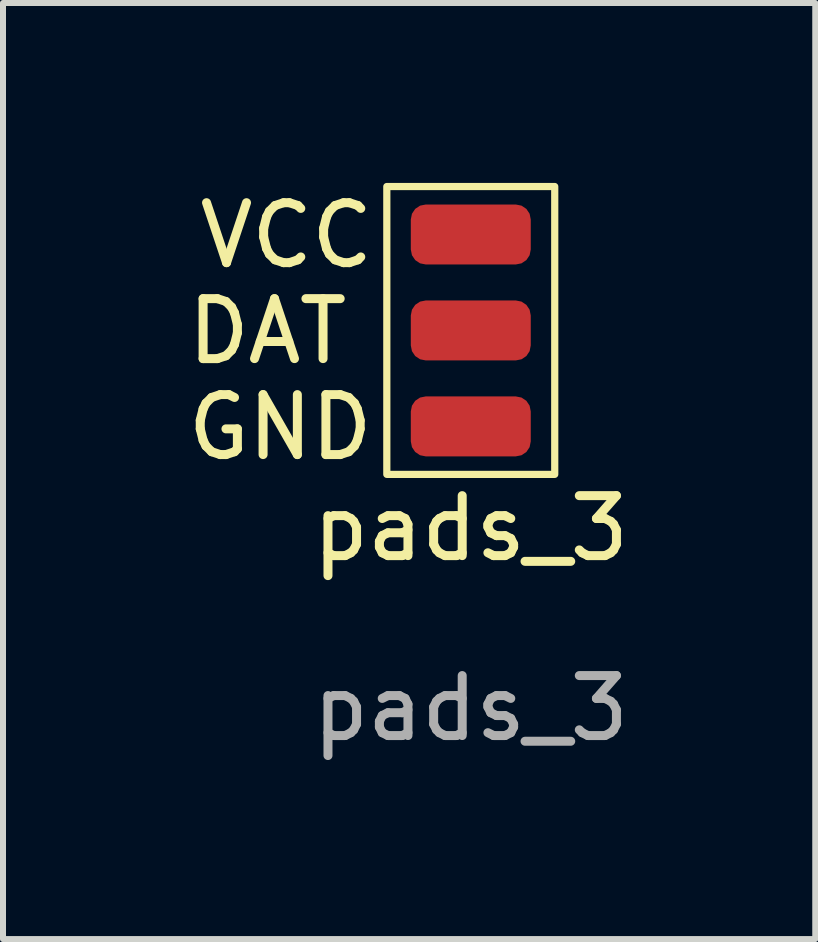
<source format=kicad_pcb>
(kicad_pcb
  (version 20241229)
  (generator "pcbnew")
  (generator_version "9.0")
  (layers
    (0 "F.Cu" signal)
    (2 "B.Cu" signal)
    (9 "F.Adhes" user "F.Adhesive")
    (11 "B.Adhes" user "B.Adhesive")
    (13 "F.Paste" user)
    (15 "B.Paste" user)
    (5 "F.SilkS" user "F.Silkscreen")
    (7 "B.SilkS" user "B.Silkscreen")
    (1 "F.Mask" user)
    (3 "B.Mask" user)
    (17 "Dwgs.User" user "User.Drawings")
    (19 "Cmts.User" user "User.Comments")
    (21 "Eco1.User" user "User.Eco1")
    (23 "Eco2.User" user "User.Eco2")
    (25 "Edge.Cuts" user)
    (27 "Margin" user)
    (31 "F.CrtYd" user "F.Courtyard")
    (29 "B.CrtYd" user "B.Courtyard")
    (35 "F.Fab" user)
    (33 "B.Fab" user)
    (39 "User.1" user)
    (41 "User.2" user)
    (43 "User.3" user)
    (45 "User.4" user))
  (footprint "pads_3"
    (layer "F.Cu")
    (at 4.8 6.26)
    (property "Reference" "pads_3" (at 0 -0.5 0) (unlocked yes) (layer "F.SilkS") (effects (font (size 1 1) (thickness 0.15))))
    (attr smd)
    (fp_rect (start -1.4 -6.2) (end 1.4 -1.4) (stroke (width 0.12) (type default)) (fill no) (layer "F.SilkS"))
    (fp_text user "GND" (at -4.8 -1.6 0) (unlocked yes) (layer "F.SilkS") (effects (font (size 1 1) (thickness 0.15)) (justify left bottom)))
    (fp_text user "VCC" (at -4.6 -4.8 0) (unlocked yes) (layer "F.SilkS") (effects (font (size 1 1) (thickness 0.15)) (justify left bottom)))
    (fp_text user "DAT" (at -4.8 -3.2 0) (unlocked yes) (layer "F.SilkS") (effects (font (size 1 1) (thickness 0.15)) (justify left bottom)))
    (fp_text user "${REFERENCE}" (at 0 2.5 0) (unlocked yes) (layer "F.Fab") (effects (font (size 1 1) (thickness 0.15))))
    (pad "1" smd roundrect (at 0 -5.4) (size 2 1) (layers "F.Cu" "F.Mask" "F.Paste") (roundrect_rratio 0.25))
    (pad "2" smd roundrect (at 0 -3.8) (size 2 1) (layers "F.Cu" "F.Mask" "F.Paste") (roundrect_rratio 0.25))
    (pad "3" smd roundrect (at 0 -2.2) (size 2 1) (layers "F.Cu" "F.Mask" "F.Paste") (roundrect_rratio 0.25)))
  (gr_rect
    (start -3 -3)
    (end 10.544 12.608)
    (stroke (width 0.1) (type default))
    (fill no)
    (layer "Edge.Cuts")))
</source>
